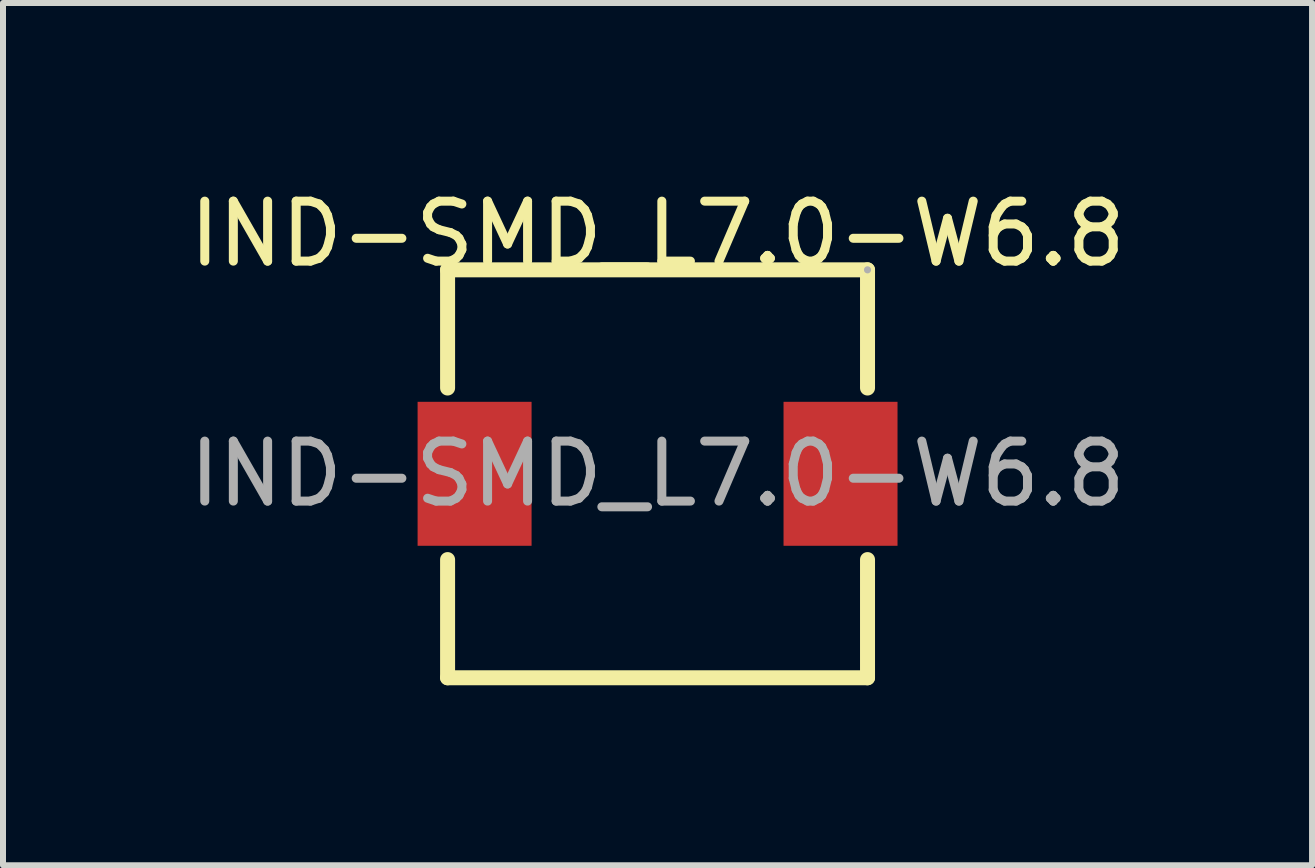
<source format=kicad_pcb>
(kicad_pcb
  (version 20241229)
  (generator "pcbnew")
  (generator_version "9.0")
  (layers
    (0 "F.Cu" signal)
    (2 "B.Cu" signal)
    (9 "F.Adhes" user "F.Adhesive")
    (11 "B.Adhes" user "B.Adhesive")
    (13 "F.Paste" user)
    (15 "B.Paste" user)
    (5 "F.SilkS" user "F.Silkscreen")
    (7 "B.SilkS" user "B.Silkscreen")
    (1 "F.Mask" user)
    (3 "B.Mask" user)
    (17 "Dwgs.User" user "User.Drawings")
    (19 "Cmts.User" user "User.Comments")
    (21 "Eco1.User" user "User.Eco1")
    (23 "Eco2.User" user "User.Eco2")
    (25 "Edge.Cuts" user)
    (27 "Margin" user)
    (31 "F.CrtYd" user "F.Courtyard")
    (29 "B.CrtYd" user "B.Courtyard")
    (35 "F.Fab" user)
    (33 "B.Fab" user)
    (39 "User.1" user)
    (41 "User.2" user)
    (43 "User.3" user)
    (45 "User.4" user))
  (footprint "IND-SMD_L7.0-W6.8"
    (layer "F.Cu")
    (at 7.911 4.848)
    (property "Reference" "IND-SMD_L7.0-W6.8" (at 0 -4 0) (layer "F.SilkS") (effects (font (size 1 1) (thickness 0.15))))
    (attr through_hole)
    (fp_line (start -3.5 -3.4) (end -3.5 -1.43) (stroke (width 0.25) (type solid)) (layer "F.SilkS"))
    (fp_line (start -3.5 1.43) (end -3.5 3.4) (stroke (width 0.25) (type solid)) (layer "F.SilkS"))
    (fp_line (start -3.5 3.4) (end 3.5 3.4) (stroke (width 0.25) (type solid)) (layer "F.SilkS"))
    (fp_line (start 3.5 -3.4) (end -3.5 -3.4) (stroke (width 0.25) (type solid)) (layer "F.SilkS"))
    (fp_line (start 3.5 -1.43) (end 3.5 -3.4) (stroke (width 0.25) (type solid)) (layer "F.SilkS"))
    (fp_line (start 3.5 3.4) (end 3.5 1.43) (stroke (width 0.25) (type solid)) (layer "F.SilkS"))
    (fp_circle (center 3.5 -3.4) (end 3.53 -3.4) (stroke (width 0.06) (type solid)) (fill no) (layer "F.Fab"))
    (fp_text user "${REFERENCE}" (at 0 0 0) (layer "F.Fab") (effects (font (size 1 1) (thickness 0.15))))
    (pad "1" smd rect (at 3.05 0) (size 1.9 2.4) (layers "F.Cu" "F.Mask" "F.Paste"))
    (pad "2" smd rect (at -3.05 0) (size 1.9 2.4) (layers "F.Cu" "F.Mask" "F.Paste")))
  (gr_rect
    (start -3 -3)
    (end 18.821 11.373)
    (stroke (width 0.1) (type default))
    (fill no)
    (layer "Edge.Cuts")))
</source>
